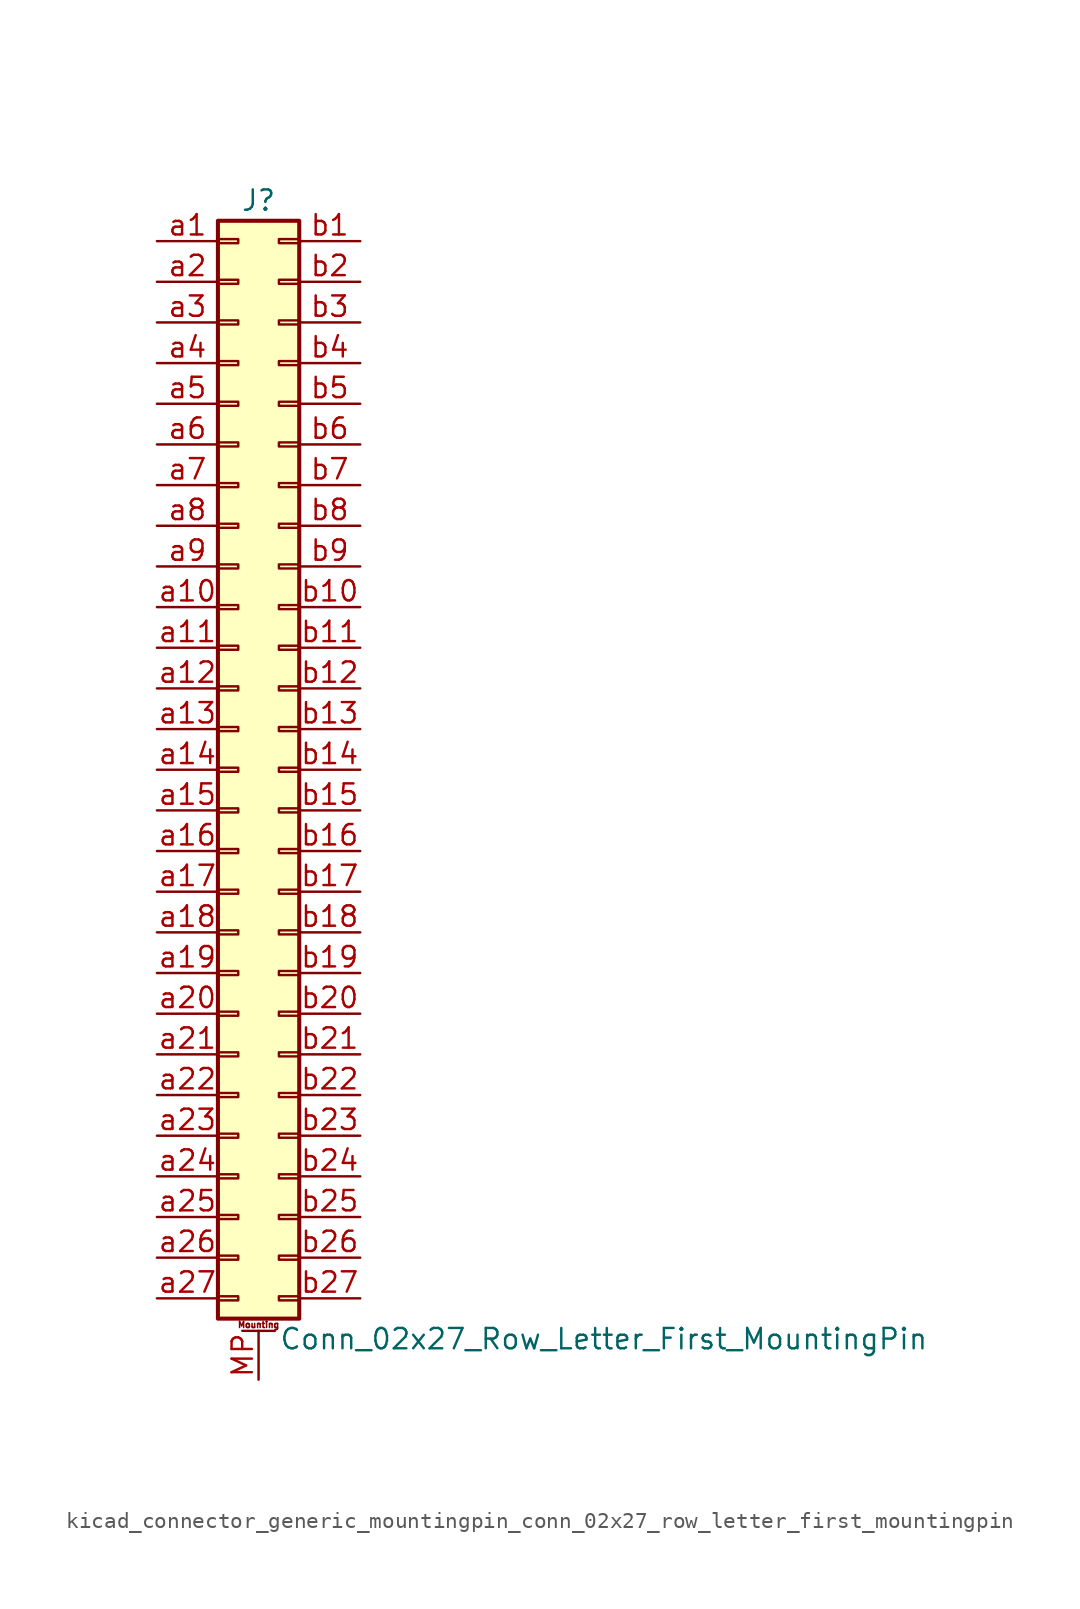
<source format=kicad_sym>
(kicad_symbol_lib
  (version 20220914)
  (generator kicad_symbol_editor)
  (symbol "kicad_connector_generic_mountingpin_conn_02x27_row_letter_first_mountingpin"
    (pin_names
      (offset 1.016) hide)
    (property "Reference" "J"
      (at 1.27 35.56 0)
      (effects (font (size 1.27 1.27))))
    (property "Value" "Conn_02x27_Row_Letter_First_MountingPin"
      (at 2.54 -35.56 0)
      (effects (font (size 1.27 1.27)) (justify left)))
    (symbol "kicad_connector_generic_mountingpin_conn_02x27_row_letter_first_mountingpin_1_1"
      (rectangle (start -1.27 -32.893) (end 0 -33.147) (stroke (width 0.152) (type default)) (fill (type none)))
      (rectangle (start -1.27 -30.353) (end 0 -30.607) (stroke (width 0.152) (type default)) (fill (type none)))
      (rectangle (start -1.27 -27.813) (end 0 -28.067) (stroke (width 0.152) (type default)) (fill (type none)))
      (rectangle (start -1.27 -25.273) (end 0 -25.527) (stroke (width 0.152) (type default)) (fill (type none)))
      (rectangle (start -1.27 -22.733) (end 0 -22.987) (stroke (width 0.152) (type default)) (fill (type none)))
      (rectangle (start -1.27 -20.193) (end 0 -20.447) (stroke (width 0.152) (type default)) (fill (type none)))
      (rectangle (start -1.27 -17.653) (end 0 -17.907) (stroke (width 0.152) (type default)) (fill (type none)))
      (rectangle (start -1.27 -15.113) (end 0 -15.367) (stroke (width 0.152) (type default)) (fill (type none)))
      (rectangle (start -1.27 -12.573) (end 0 -12.827) (stroke (width 0.152) (type default)) (fill (type none)))
      (rectangle (start -1.27 -10.033) (end 0 -10.287) (stroke (width 0.152) (type default)) (fill (type none)))
      (rectangle (start -1.27 -7.493) (end 0 -7.747) (stroke (width 0.152) (type default)) (fill (type none)))
      (rectangle (start -1.27 -4.953) (end 0 -5.207) (stroke (width 0.152) (type default)) (fill (type none)))
      (rectangle (start -1.27 -2.413) (end 0 -2.667) (stroke (width 0.152) (type default)) (fill (type none)))
      (rectangle (start -1.27 0.127) (end 0 -0.127) (stroke (width 0.152) (type default)) (fill (type none)))
      (rectangle (start -1.27 2.667) (end 0 2.413) (stroke (width 0.152) (type default)) (fill (type none)))
      (rectangle (start -1.27 5.207) (end 0 4.953) (stroke (width 0.152) (type default)) (fill (type none)))
      (rectangle (start -1.27 7.747) (end 0 7.493) (stroke (width 0.152) (type default)) (fill (type none)))
      (rectangle (start -1.27 10.287) (end 0 10.033) (stroke (width 0.152) (type default)) (fill (type none)))
      (rectangle (start -1.27 12.827) (end 0 12.573) (stroke (width 0.152) (type default)) (fill (type none)))
      (rectangle (start -1.27 15.367) (end 0 15.113) (stroke (width 0.152) (type default)) (fill (type none)))
      (rectangle (start -1.27 17.907) (end 0 17.653) (stroke (width 0.152) (type default)) (fill (type none)))
      (rectangle (start -1.27 20.447) (end 0 20.193) (stroke (width 0.152) (type default)) (fill (type none)))
      (rectangle (start -1.27 22.987) (end 0 22.733) (stroke (width 0.152) (type default)) (fill (type none)))
      (rectangle (start -1.27 25.527) (end 0 25.273) (stroke (width 0.152) (type default)) (fill (type none)))
      (rectangle (start -1.27 28.067) (end 0 27.813) (stroke (width 0.152) (type default)) (fill (type none)))
      (rectangle (start -1.27 30.607) (end 0 30.353) (stroke (width 0.152) (type default)) (fill (type none)))
      (rectangle (start -1.27 33.147) (end 0 32.893) (stroke (width 0.152) (type default)) (fill (type none)))
      (rectangle (start -1.27 34.29) (end 3.81 -34.29) (stroke (width 0.254) (type default)) (fill (type background)))
      (polyline (pts (xy 0.254 -35.052) (xy 2.286 -35.052)) (stroke (width 0.152) (type default)) (fill (type none)))
      (rectangle (start 3.81 -32.893) (end 2.54 -33.147) (stroke (width 0.152) (type default)) (fill (type none)))
      (rectangle (start 3.81 -30.353) (end 2.54 -30.607) (stroke (width 0.152) (type default)) (fill (type none)))
      (rectangle (start 3.81 -27.813) (end 2.54 -28.067) (stroke (width 0.152) (type default)) (fill (type none)))
      (rectangle (start 3.81 -25.273) (end 2.54 -25.527) (stroke (width 0.152) (type default)) (fill (type none)))
      (rectangle (start 3.81 -22.733) (end 2.54 -22.987) (stroke (width 0.152) (type default)) (fill (type none)))
      (rectangle (start 3.81 -20.193) (end 2.54 -20.447) (stroke (width 0.152) (type default)) (fill (type none)))
      (rectangle (start 3.81 -17.653) (end 2.54 -17.907) (stroke (width 0.152) (type default)) (fill (type none)))
      (rectangle (start 3.81 -15.113) (end 2.54 -15.367) (stroke (width 0.152) (type default)) (fill (type none)))
      (rectangle (start 3.81 -12.573) (end 2.54 -12.827) (stroke (width 0.152) (type default)) (fill (type none)))
      (rectangle (start 3.81 -10.033) (end 2.54 -10.287) (stroke (width 0.152) (type default)) (fill (type none)))
      (rectangle (start 3.81 -7.493) (end 2.54 -7.747) (stroke (width 0.152) (type default)) (fill (type none)))
      (rectangle (start 3.81 -4.953) (end 2.54 -5.207) (stroke (width 0.152) (type default)) (fill (type none)))
      (rectangle (start 3.81 -2.413) (end 2.54 -2.667) (stroke (width 0.152) (type default)) (fill (type none)))
      (rectangle (start 3.81 0.127) (end 2.54 -0.127) (stroke (width 0.152) (type default)) (fill (type none)))
      (rectangle (start 3.81 2.667) (end 2.54 2.413) (stroke (width 0.152) (type default)) (fill (type none)))
      (rectangle (start 3.81 5.207) (end 2.54 4.953) (stroke (width 0.152) (type default)) (fill (type none)))
      (rectangle (start 3.81 7.747) (end 2.54 7.493) (stroke (width 0.152) (type default)) (fill (type none)))
      (rectangle (start 3.81 10.287) (end 2.54 10.033) (stroke (width 0.152) (type default)) (fill (type none)))
      (rectangle (start 3.81 12.827) (end 2.54 12.573) (stroke (width 0.152) (type default)) (fill (type none)))
      (rectangle (start 3.81 15.367) (end 2.54 15.113) (stroke (width 0.152) (type default)) (fill (type none)))
      (rectangle (start 3.81 17.907) (end 2.54 17.653) (stroke (width 0.152) (type default)) (fill (type none)))
      (rectangle (start 3.81 20.447) (end 2.54 20.193) (stroke (width 0.152) (type default)) (fill (type none)))
      (rectangle (start 3.81 22.987) (end 2.54 22.733) (stroke (width 0.152) (type default)) (fill (type none)))
      (rectangle (start 3.81 25.527) (end 2.54 25.273) (stroke (width 0.152) (type default)) (fill (type none)))
      (rectangle (start 3.81 28.067) (end 2.54 27.813) (stroke (width 0.152) (type default)) (fill (type none)))
      (rectangle (start 3.81 30.607) (end 2.54 30.353) (stroke (width 0.152) (type default)) (fill (type none)))
      (rectangle (start 3.81 33.147) (end 2.54 32.893) (stroke (width 0.152) (type default)) (fill (type none)))
      (text "Mounting" (at 1.27 -34.671 0) (effects (font (size 0.381 0.381))))
      (pin passive line (at 1.27 -38.1 90) (length 3.048) (name "MountPin" (effects (font (size 1.27 1.27)))) (number "MP" (effects (font (size 1.27 1.27)))))
      (pin passive line (at -5.08 33.02 0) (length 3.81) (name "Pin_a1" (effects (font (size 1.27 1.27)))) (number "a1" (effects (font (size 1.27 1.27)))))
      (pin passive line (at -5.08 10.16 0) (length 3.81) (name "Pin_a10" (effects (font (size 1.27 1.27)))) (number "a10" (effects (font (size 1.27 1.27)))))
      (pin passive line (at -5.08 7.62 0) (length 3.81) (name "Pin_a11" (effects (font (size 1.27 1.27)))) (number "a11" (effects (font (size 1.27 1.27)))))
      (pin passive line (at -5.08 5.08 0) (length 3.81) (name "Pin_a12" (effects (font (size 1.27 1.27)))) (number "a12" (effects (font (size 1.27 1.27)))))
      (pin passive line (at -5.08 2.54 0) (length 3.81) (name "Pin_a13" (effects (font (size 1.27 1.27)))) (number "a13" (effects (font (size 1.27 1.27)))))
      (pin passive line (at -5.08 0 0) (length 3.81) (name "Pin_a14" (effects (font (size 1.27 1.27)))) (number "a14" (effects (font (size 1.27 1.27)))))
      (pin passive line (at -5.08 -2.54 0) (length 3.81) (name "Pin_a15" (effects (font (size 1.27 1.27)))) (number "a15" (effects (font (size 1.27 1.27)))))
      (pin passive line (at -5.08 -5.08 0) (length 3.81) (name "Pin_a16" (effects (font (size 1.27 1.27)))) (number "a16" (effects (font (size 1.27 1.27)))))
      (pin passive line (at -5.08 -7.62 0) (length 3.81) (name "Pin_a17" (effects (font (size 1.27 1.27)))) (number "a17" (effects (font (size 1.27 1.27)))))
      (pin passive line (at -5.08 -10.16 0) (length 3.81) (name "Pin_a18" (effects (font (size 1.27 1.27)))) (number "a18" (effects (font (size 1.27 1.27)))))
      (pin passive line (at -5.08 -12.7 0) (length 3.81) (name "Pin_a19" (effects (font (size 1.27 1.27)))) (number "a19" (effects (font (size 1.27 1.27)))))
      (pin passive line (at -5.08 30.48 0) (length 3.81) (name "Pin_a2" (effects (font (size 1.27 1.27)))) (number "a2" (effects (font (size 1.27 1.27)))))
      (pin passive line (at -5.08 -15.24 0) (length 3.81) (name "Pin_a20" (effects (font (size 1.27 1.27)))) (number "a20" (effects (font (size 1.27 1.27)))))
      (pin passive line (at -5.08 -17.78 0) (length 3.81) (name "Pin_a21" (effects (font (size 1.27 1.27)))) (number "a21" (effects (font (size 1.27 1.27)))))
      (pin passive line (at -5.08 -20.32 0) (length 3.81) (name "Pin_a22" (effects (font (size 1.27 1.27)))) (number "a22" (effects (font (size 1.27 1.27)))))
      (pin passive line (at -5.08 -22.86 0) (length 3.81) (name "Pin_a23" (effects (font (size 1.27 1.27)))) (number "a23" (effects (font (size 1.27 1.27)))))
      (pin passive line (at -5.08 -25.4 0) (length 3.81) (name "Pin_a24" (effects (font (size 1.27 1.27)))) (number "a24" (effects (font (size 1.27 1.27)))))
      (pin passive line (at -5.08 -27.94 0) (length 3.81) (name "Pin_a25" (effects (font (size 1.27 1.27)))) (number "a25" (effects (font (size 1.27 1.27)))))
      (pin passive line (at -5.08 -30.48 0) (length 3.81) (name "Pin_a26" (effects (font (size 1.27 1.27)))) (number "a26" (effects (font (size 1.27 1.27)))))
      (pin passive line (at -5.08 -33.02 0) (length 3.81) (name "Pin_a27" (effects (font (size 1.27 1.27)))) (number "a27" (effects (font (size 1.27 1.27)))))
      (pin passive line (at -5.08 27.94 0) (length 3.81) (name "Pin_a3" (effects (font (size 1.27 1.27)))) (number "a3" (effects (font (size 1.27 1.27)))))
      (pin passive line (at -5.08 25.4 0) (length 3.81) (name "Pin_a4" (effects (font (size 1.27 1.27)))) (number "a4" (effects (font (size 1.27 1.27)))))
      (pin passive line (at -5.08 22.86 0) (length 3.81) (name "Pin_a5" (effects (font (size 1.27 1.27)))) (number "a5" (effects (font (size 1.27 1.27)))))
      (pin passive line (at -5.08 20.32 0) (length 3.81) (name "Pin_a6" (effects (font (size 1.27 1.27)))) (number "a6" (effects (font (size 1.27 1.27)))))
      (pin passive line (at -5.08 17.78 0) (length 3.81) (name "Pin_a7" (effects (font (size 1.27 1.27)))) (number "a7" (effects (font (size 1.27 1.27)))))
      (pin passive line (at -5.08 15.24 0) (length 3.81) (name "Pin_a8" (effects (font (size 1.27 1.27)))) (number "a8" (effects (font (size 1.27 1.27)))))
      (pin passive line (at -5.08 12.7 0) (length 3.81) (name "Pin_a9" (effects (font (size 1.27 1.27)))) (number "a9" (effects (font (size 1.27 1.27)))))
      (pin passive line (at 7.62 33.02 180) (length 3.81) (name "Pin_b1" (effects (font (size 1.27 1.27)))) (number "b1" (effects (font (size 1.27 1.27)))))
      (pin passive line (at 7.62 10.16 180) (length 3.81) (name "Pin_b10" (effects (font (size 1.27 1.27)))) (number "b10" (effects (font (size 1.27 1.27)))))
      (pin passive line (at 7.62 7.62 180) (length 3.81) (name "Pin_b11" (effects (font (size 1.27 1.27)))) (number "b11" (effects (font (size 1.27 1.27)))))
      (pin passive line (at 7.62 5.08 180) (length 3.81) (name "Pin_b12" (effects (font (size 1.27 1.27)))) (number "b12" (effects (font (size 1.27 1.27)))))
      (pin passive line (at 7.62 2.54 180) (length 3.81) (name "Pin_b13" (effects (font (size 1.27 1.27)))) (number "b13" (effects (font (size 1.27 1.27)))))
      (pin passive line (at 7.62 0 180) (length 3.81) (name "Pin_b14" (effects (font (size 1.27 1.27)))) (number "b14" (effects (font (size 1.27 1.27)))))
      (pin passive line (at 7.62 -2.54 180) (length 3.81) (name "Pin_b15" (effects (font (size 1.27 1.27)))) (number "b15" (effects (font (size 1.27 1.27)))))
      (pin passive line (at 7.62 -5.08 180) (length 3.81) (name "Pin_b16" (effects (font (size 1.27 1.27)))) (number "b16" (effects (font (size 1.27 1.27)))))
      (pin passive line (at 7.62 -7.62 180) (length 3.81) (name "Pin_b17" (effects (font (size 1.27 1.27)))) (number "b17" (effects (font (size 1.27 1.27)))))
      (pin passive line (at 7.62 -10.16 180) (length 3.81) (name "Pin_b18" (effects (font (size 1.27 1.27)))) (number "b18" (effects (font (size 1.27 1.27)))))
      (pin passive line (at 7.62 -12.7 180) (length 3.81) (name "Pin_b19" (effects (font (size 1.27 1.27)))) (number "b19" (effects (font (size 1.27 1.27)))))
      (pin passive line (at 7.62 30.48 180) (length 3.81) (name "Pin_b2" (effects (font (size 1.27 1.27)))) (number "b2" (effects (font (size 1.27 1.27)))))
      (pin passive line (at 7.62 -15.24 180) (length 3.81) (name "Pin_b20" (effects (font (size 1.27 1.27)))) (number "b20" (effects (font (size 1.27 1.27)))))
      (pin passive line (at 7.62 -17.78 180) (length 3.81) (name "Pin_b21" (effects (font (size 1.27 1.27)))) (number "b21" (effects (font (size 1.27 1.27)))))
      (pin passive line (at 7.62 -20.32 180) (length 3.81) (name "Pin_b22" (effects (font (size 1.27 1.27)))) (number "b22" (effects (font (size 1.27 1.27)))))
      (pin passive line (at 7.62 -22.86 180) (length 3.81) (name "Pin_b23" (effects (font (size 1.27 1.27)))) (number "b23" (effects (font (size 1.27 1.27)))))
      (pin passive line (at 7.62 -25.4 180) (length 3.81) (name "Pin_b24" (effects (font (size 1.27 1.27)))) (number "b24" (effects (font (size 1.27 1.27)))))
      (pin passive line (at 7.62 -27.94 180) (length 3.81) (name "Pin_b25" (effects (font (size 1.27 1.27)))) (number "b25" (effects (font (size 1.27 1.27)))))
      (pin passive line (at 7.62 -30.48 180) (length 3.81) (name "Pin_b26" (effects (font (size 1.27 1.27)))) (number "b26" (effects (font (size 1.27 1.27)))))
      (pin passive line (at 7.62 -33.02 180) (length 3.81) (name "Pin_b27" (effects (font (size 1.27 1.27)))) (number "b27" (effects (font (size 1.27 1.27)))))
      (pin passive line (at 7.62 27.94 180) (length 3.81) (name "Pin_b3" (effects (font (size 1.27 1.27)))) (number "b3" (effects (font (size 1.27 1.27)))))
      (pin passive line (at 7.62 25.4 180) (length 3.81) (name "Pin_b4" (effects (font (size 1.27 1.27)))) (number "b4" (effects (font (size 1.27 1.27)))))
      (pin passive line (at 7.62 22.86 180) (length 3.81) (name "Pin_b5" (effects (font (size 1.27 1.27)))) (number "b5" (effects (font (size 1.27 1.27)))))
      (pin passive line (at 7.62 20.32 180) (length 3.81) (name "Pin_b6" (effects (font (size 1.27 1.27)))) (number "b6" (effects (font (size 1.27 1.27)))))
      (pin passive line (at 7.62 17.78 180) (length 3.81) (name "Pin_b7" (effects (font (size 1.27 1.27)))) (number "b7" (effects (font (size 1.27 1.27)))))
      (pin passive line (at 7.62 15.24 180) (length 3.81) (name "Pin_b8" (effects (font (size 1.27 1.27)))) (number "b8" (effects (font (size 1.27 1.27)))))
      (pin passive line (at 7.62 12.7 180) (length 3.81) (name "Pin_b9" (effects (font (size 1.27 1.27)))) (number "b9" (effects (font (size 1.27 1.27))))))))
</source>
